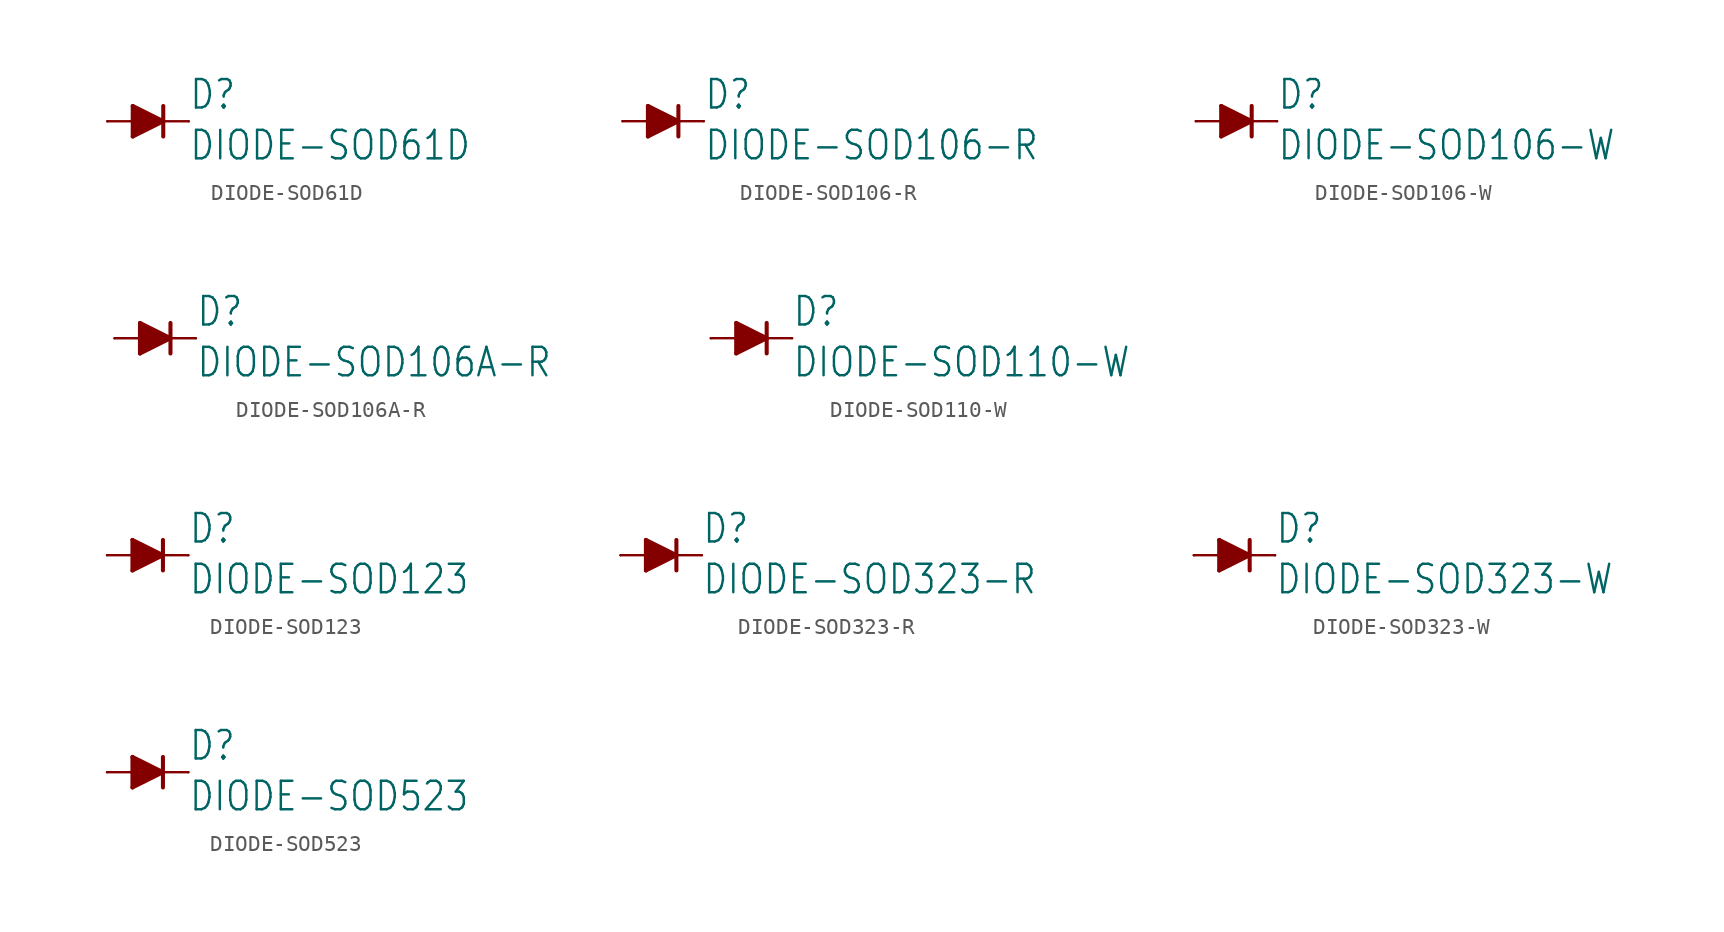
<source format=kicad_sym>
(kicad_symbol_lib
  (version 20211014)
  (generator kicad_symbol_editor)
  (symbol "DIODE-SOD61D"
    (property "Reference" "D"
      (at 2.54 0.635 0)
      (effects (font (size 1.778 1.511)) (justify left bottom)))
    (property "Value" "DIODE-SOD61D"
      (at 2.54 -2.54 0)
      (effects (font (size 1.778 1.511)) (justify left bottom)))
    (property "ki_locked" ""
      (at 0 0 0)
      (effects (font (size 1.27 1.27))))
    (symbol "DIODE-SOD61D_1_0"
      (polyline (pts (xy -0.953 -0.953) (xy 0.953 0)) (stroke (width 0.254) (type default) (color 0 0 0 0)) (fill (type none)))
      (polyline (pts (xy -0.953 0) (xy -2.54 0)) (stroke (width 0.152) (type default) (color 0 0 0 0)) (fill (type none)))
      (polyline (pts (xy -0.953 0) (xy -0.953 -0.953)) (stroke (width 0.254) (type default) (color 0 0 0 0)) (fill (type none)))
      (polyline (pts (xy -0.953 0.953) (xy -0.953 0)) (stroke (width 0.254) (type default) (color 0 0 0 0)) (fill (type none)))
      (polyline (pts (xy 0.953 0) (xy -0.953 0.953)) (stroke (width 0.254) (type default) (color 0 0 0 0)) (fill (type none)))
      (polyline (pts (xy 0.953 0) (xy 0.953 -0.953)) (stroke (width 0.254) (type default) (color 0 0 0 0)) (fill (type none)))
      (polyline (pts (xy 0.953 0) (xy 2.54 0)) (stroke (width 0.152) (type default) (color 0 0 0 0)) (fill (type none)))
      (polyline (pts (xy 0.953 0.953) (xy 0.953 0)) (stroke (width 0.254) (type default) (color 0 0 0 0)) (fill (type none)))
      (polyline (pts (xy -0.953 0.953) (xy 0.953 0) (xy -0.953 -0.953)) (stroke (width 0) (type default) (color 0 0 0 0)) (fill (type outline)))
      (pin passive line (at -2.54 0 0) (length 0) (name "A" (effects (font (size 0 0)))) (number "A" (effects (font (size 0 0)))))
      (pin passive line (at 2.54 0 180) (length 0) (name "C" (effects (font (size 0 0)))) (number "C" (effects (font (size 0 0)))))))
  (symbol "DIODE-SOD106-R"
    (property "Reference" "D"
      (at 2.54 0.635 0)
      (effects (font (size 1.778 1.511)) (justify left bottom)))
    (property "Value" "DIODE-SOD106-R"
      (at 2.54 -2.54 0)
      (effects (font (size 1.778 1.511)) (justify left bottom)))
    (property "ki_locked" ""
      (at 0 0 0)
      (effects (font (size 1.27 1.27))))
    (symbol "DIODE-SOD106-R_1_0"
      (polyline (pts (xy -0.953 -0.953) (xy 0.953 0)) (stroke (width 0.254) (type default) (color 0 0 0 0)) (fill (type none)))
      (polyline (pts (xy -0.953 0) (xy -2.54 0)) (stroke (width 0.152) (type default) (color 0 0 0 0)) (fill (type none)))
      (polyline (pts (xy -0.953 0) (xy -0.953 -0.953)) (stroke (width 0.254) (type default) (color 0 0 0 0)) (fill (type none)))
      (polyline (pts (xy -0.953 0.953) (xy -0.953 0)) (stroke (width 0.254) (type default) (color 0 0 0 0)) (fill (type none)))
      (polyline (pts (xy 0.953 0) (xy -0.953 0.953)) (stroke (width 0.254) (type default) (color 0 0 0 0)) (fill (type none)))
      (polyline (pts (xy 0.953 0) (xy 0.953 -0.953)) (stroke (width 0.254) (type default) (color 0 0 0 0)) (fill (type none)))
      (polyline (pts (xy 0.953 0) (xy 2.54 0)) (stroke (width 0.152) (type default) (color 0 0 0 0)) (fill (type none)))
      (polyline (pts (xy 0.953 0.953) (xy 0.953 0)) (stroke (width 0.254) (type default) (color 0 0 0 0)) (fill (type none)))
      (polyline (pts (xy -0.953 0.953) (xy 0.953 0) (xy -0.953 -0.953)) (stroke (width 0) (type default) (color 0 0 0 0)) (fill (type outline)))
      (pin passive line (at -2.54 0 0) (length 0) (name "A" (effects (font (size 0 0)))) (number "A" (effects (font (size 0 0)))))
      (pin passive line (at 2.54 0 180) (length 0) (name "C" (effects (font (size 0 0)))) (number "C" (effects (font (size 0 0)))))))
  (symbol "DIODE-SOD106-W"
    (property "Reference" "D"
      (at 2.54 0.635 0)
      (effects (font (size 1.778 1.511)) (justify left bottom)))
    (property "Value" "DIODE-SOD106-W"
      (at 2.54 -2.54 0)
      (effects (font (size 1.778 1.511)) (justify left bottom)))
    (property "ki_locked" ""
      (at 0 0 0)
      (effects (font (size 1.27 1.27))))
    (symbol "DIODE-SOD106-W_1_0"
      (polyline (pts (xy -0.953 -0.953) (xy 0.953 0)) (stroke (width 0.254) (type default) (color 0 0 0 0)) (fill (type none)))
      (polyline (pts (xy -0.953 0) (xy -2.54 0)) (stroke (width 0.152) (type default) (color 0 0 0 0)) (fill (type none)))
      (polyline (pts (xy -0.953 0) (xy -0.953 -0.953)) (stroke (width 0.254) (type default) (color 0 0 0 0)) (fill (type none)))
      (polyline (pts (xy -0.953 0.953) (xy -0.953 0)) (stroke (width 0.254) (type default) (color 0 0 0 0)) (fill (type none)))
      (polyline (pts (xy 0.953 0) (xy -0.953 0.953)) (stroke (width 0.254) (type default) (color 0 0 0 0)) (fill (type none)))
      (polyline (pts (xy 0.953 0) (xy 0.953 -0.953)) (stroke (width 0.254) (type default) (color 0 0 0 0)) (fill (type none)))
      (polyline (pts (xy 0.953 0) (xy 2.54 0)) (stroke (width 0.152) (type default) (color 0 0 0 0)) (fill (type none)))
      (polyline (pts (xy 0.953 0.953) (xy 0.953 0)) (stroke (width 0.254) (type default) (color 0 0 0 0)) (fill (type none)))
      (polyline (pts (xy -0.953 0.953) (xy 0.953 0) (xy -0.953 -0.953)) (stroke (width 0) (type default) (color 0 0 0 0)) (fill (type outline)))
      (pin passive line (at -2.54 0 0) (length 0) (name "A" (effects (font (size 0 0)))) (number "A" (effects (font (size 0 0)))))
      (pin passive line (at 2.54 0 180) (length 0) (name "C" (effects (font (size 0 0)))) (number "C" (effects (font (size 0 0)))))))
  (symbol "DIODE-SOD106A-R"
    (property "Reference" "D"
      (at 2.54 0.635 0)
      (effects (font (size 1.778 1.511)) (justify left bottom)))
    (property "Value" "DIODE-SOD106A-R"
      (at 2.54 -2.54 0)
      (effects (font (size 1.778 1.511)) (justify left bottom)))
    (property "ki_locked" ""
      (at 0 0 0)
      (effects (font (size 1.27 1.27))))
    (symbol "DIODE-SOD106A-R_1_0"
      (polyline (pts (xy -0.953 -0.953) (xy 0.953 0)) (stroke (width 0.254) (type default) (color 0 0 0 0)) (fill (type none)))
      (polyline (pts (xy -0.953 0) (xy -2.54 0)) (stroke (width 0.152) (type default) (color 0 0 0 0)) (fill (type none)))
      (polyline (pts (xy -0.953 0) (xy -0.953 -0.953)) (stroke (width 0.254) (type default) (color 0 0 0 0)) (fill (type none)))
      (polyline (pts (xy -0.953 0.953) (xy -0.953 0)) (stroke (width 0.254) (type default) (color 0 0 0 0)) (fill (type none)))
      (polyline (pts (xy 0.953 0) (xy -0.953 0.953)) (stroke (width 0.254) (type default) (color 0 0 0 0)) (fill (type none)))
      (polyline (pts (xy 0.953 0) (xy 0.953 -0.953)) (stroke (width 0.254) (type default) (color 0 0 0 0)) (fill (type none)))
      (polyline (pts (xy 0.953 0) (xy 2.54 0)) (stroke (width 0.152) (type default) (color 0 0 0 0)) (fill (type none)))
      (polyline (pts (xy 0.953 0.953) (xy 0.953 0)) (stroke (width 0.254) (type default) (color 0 0 0 0)) (fill (type none)))
      (polyline (pts (xy -0.953 0.953) (xy 0.953 0) (xy -0.953 -0.953)) (stroke (width 0) (type default) (color 0 0 0 0)) (fill (type outline)))
      (pin passive line (at -2.54 0 0) (length 0) (name "A" (effects (font (size 0 0)))) (number "A" (effects (font (size 0 0)))))
      (pin passive line (at 2.54 0 180) (length 0) (name "C" (effects (font (size 0 0)))) (number "C" (effects (font (size 0 0)))))))
  (symbol "DIODE-SOD110-W"
    (property "Reference" "D"
      (at 2.54 0.635 0)
      (effects (font (size 1.778 1.511)) (justify left bottom)))
    (property "Value" "DIODE-SOD110-W"
      (at 2.54 -2.54 0)
      (effects (font (size 1.778 1.511)) (justify left bottom)))
    (property "ki_locked" ""
      (at 0 0 0)
      (effects (font (size 1.27 1.27))))
    (symbol "DIODE-SOD110-W_1_0"
      (polyline (pts (xy -0.953 -0.953) (xy 0.953 0)) (stroke (width 0.254) (type default) (color 0 0 0 0)) (fill (type none)))
      (polyline (pts (xy -0.953 0) (xy -2.54 0)) (stroke (width 0.152) (type default) (color 0 0 0 0)) (fill (type none)))
      (polyline (pts (xy -0.953 0) (xy -0.953 -0.953)) (stroke (width 0.254) (type default) (color 0 0 0 0)) (fill (type none)))
      (polyline (pts (xy -0.953 0.953) (xy -0.953 0)) (stroke (width 0.254) (type default) (color 0 0 0 0)) (fill (type none)))
      (polyline (pts (xy 0.953 0) (xy -0.953 0.953)) (stroke (width 0.254) (type default) (color 0 0 0 0)) (fill (type none)))
      (polyline (pts (xy 0.953 0) (xy 0.953 -0.953)) (stroke (width 0.254) (type default) (color 0 0 0 0)) (fill (type none)))
      (polyline (pts (xy 0.953 0) (xy 2.54 0)) (stroke (width 0.152) (type default) (color 0 0 0 0)) (fill (type none)))
      (polyline (pts (xy 0.953 0.953) (xy 0.953 0)) (stroke (width 0.254) (type default) (color 0 0 0 0)) (fill (type none)))
      (polyline (pts (xy -0.953 0.953) (xy 0.953 0) (xy -0.953 -0.953)) (stroke (width 0) (type default) (color 0 0 0 0)) (fill (type outline)))
      (pin passive line (at -2.54 0 0) (length 0) (name "A" (effects (font (size 0 0)))) (number "A" (effects (font (size 0 0)))))
      (pin passive line (at 2.54 0 180) (length 0) (name "C" (effects (font (size 0 0)))) (number "C" (effects (font (size 0 0)))))))
  (symbol "DIODE-SOD123"
    (property "Reference" "D"
      (at 2.54 0.635 0)
      (effects (font (size 1.778 1.511)) (justify left bottom)))
    (property "Value" "DIODE-SOD123"
      (at 2.54 -2.54 0)
      (effects (font (size 1.778 1.511)) (justify left bottom)))
    (property "ki_locked" ""
      (at 0 0 0)
      (effects (font (size 1.27 1.27))))
    (symbol "DIODE-SOD123_1_0"
      (polyline (pts (xy -0.953 -0.953) (xy 0.953 0)) (stroke (width 0.254) (type default) (color 0 0 0 0)) (fill (type none)))
      (polyline (pts (xy -0.953 0) (xy -2.54 0)) (stroke (width 0.152) (type default) (color 0 0 0 0)) (fill (type none)))
      (polyline (pts (xy -0.953 0) (xy -0.953 -0.953)) (stroke (width 0.254) (type default) (color 0 0 0 0)) (fill (type none)))
      (polyline (pts (xy -0.953 0.953) (xy -0.953 0)) (stroke (width 0.254) (type default) (color 0 0 0 0)) (fill (type none)))
      (polyline (pts (xy 0.953 0) (xy -0.953 0.953)) (stroke (width 0.254) (type default) (color 0 0 0 0)) (fill (type none)))
      (polyline (pts (xy 0.953 0) (xy 0.953 -0.953)) (stroke (width 0.254) (type default) (color 0 0 0 0)) (fill (type none)))
      (polyline (pts (xy 0.953 0) (xy 2.54 0)) (stroke (width 0.152) (type default) (color 0 0 0 0)) (fill (type none)))
      (polyline (pts (xy 0.953 0.953) (xy 0.953 0)) (stroke (width 0.254) (type default) (color 0 0 0 0)) (fill (type none)))
      (polyline (pts (xy -0.953 0.953) (xy 0.953 0) (xy -0.953 -0.953)) (stroke (width 0) (type default) (color 0 0 0 0)) (fill (type outline)))
      (pin passive line (at -2.54 0 0) (length 0) (name "A" (effects (font (size 0 0)))) (number "A" (effects (font (size 0 0)))))
      (pin passive line (at 2.54 0 180) (length 0) (name "C" (effects (font (size 0 0)))) (number "C" (effects (font (size 0 0)))))))
  (symbol "DIODE-SOD323-R"
    (property "Reference" "D"
      (at 2.54 0.635 0)
      (effects (font (size 1.778 1.511)) (justify left bottom)))
    (property "Value" "DIODE-SOD323-R"
      (at 2.54 -2.54 0)
      (effects (font (size 1.778 1.511)) (justify left bottom)))
    (property "ki_locked" ""
      (at 0 0 0)
      (effects (font (size 1.27 1.27))))
    (symbol "DIODE-SOD323-R_1_0"
      (polyline (pts (xy -0.953 -0.953) (xy 0.953 0)) (stroke (width 0.254) (type default) (color 0 0 0 0)) (fill (type none)))
      (polyline (pts (xy -0.953 0) (xy -2.54 0)) (stroke (width 0.152) (type default) (color 0 0 0 0)) (fill (type none)))
      (polyline (pts (xy -0.953 0) (xy -0.953 -0.953)) (stroke (width 0.254) (type default) (color 0 0 0 0)) (fill (type none)))
      (polyline (pts (xy -0.953 0.953) (xy -0.953 0)) (stroke (width 0.254) (type default) (color 0 0 0 0)) (fill (type none)))
      (polyline (pts (xy 0.953 0) (xy -0.953 0.953)) (stroke (width 0.254) (type default) (color 0 0 0 0)) (fill (type none)))
      (polyline (pts (xy 0.953 0) (xy 0.953 -0.953)) (stroke (width 0.254) (type default) (color 0 0 0 0)) (fill (type none)))
      (polyline (pts (xy 0.953 0) (xy 2.54 0)) (stroke (width 0.152) (type default) (color 0 0 0 0)) (fill (type none)))
      (polyline (pts (xy 0.953 0.953) (xy 0.953 0)) (stroke (width 0.254) (type default) (color 0 0 0 0)) (fill (type none)))
      (polyline (pts (xy -0.953 0.953) (xy 0.953 0) (xy -0.953 -0.953)) (stroke (width 0) (type default) (color 0 0 0 0)) (fill (type outline)))
      (pin passive line (at -2.54 0 0) (length 0) (name "A" (effects (font (size 0 0)))) (number "A" (effects (font (size 0 0)))))
      (pin passive line (at 2.54 0 180) (length 0) (name "C" (effects (font (size 0 0)))) (number "C" (effects (font (size 0 0)))))))
  (symbol "DIODE-SOD323-W"
    (property "Reference" "D"
      (at 2.54 0.635 0)
      (effects (font (size 1.778 1.511)) (justify left bottom)))
    (property "Value" "DIODE-SOD323-W"
      (at 2.54 -2.54 0)
      (effects (font (size 1.778 1.511)) (justify left bottom)))
    (property "ki_locked" ""
      (at 0 0 0)
      (effects (font (size 1.27 1.27))))
    (symbol "DIODE-SOD323-W_1_0"
      (polyline (pts (xy -0.953 -0.953) (xy 0.953 0)) (stroke (width 0.254) (type default) (color 0 0 0 0)) (fill (type none)))
      (polyline (pts (xy -0.953 0) (xy -2.54 0)) (stroke (width 0.152) (type default) (color 0 0 0 0)) (fill (type none)))
      (polyline (pts (xy -0.953 0) (xy -0.953 -0.953)) (stroke (width 0.254) (type default) (color 0 0 0 0)) (fill (type none)))
      (polyline (pts (xy -0.953 0.953) (xy -0.953 0)) (stroke (width 0.254) (type default) (color 0 0 0 0)) (fill (type none)))
      (polyline (pts (xy 0.953 0) (xy -0.953 0.953)) (stroke (width 0.254) (type default) (color 0 0 0 0)) (fill (type none)))
      (polyline (pts (xy 0.953 0) (xy 0.953 -0.953)) (stroke (width 0.254) (type default) (color 0 0 0 0)) (fill (type none)))
      (polyline (pts (xy 0.953 0) (xy 2.54 0)) (stroke (width 0.152) (type default) (color 0 0 0 0)) (fill (type none)))
      (polyline (pts (xy 0.953 0.953) (xy 0.953 0)) (stroke (width 0.254) (type default) (color 0 0 0 0)) (fill (type none)))
      (polyline (pts (xy -0.953 0.953) (xy 0.953 0) (xy -0.953 -0.953)) (stroke (width 0) (type default) (color 0 0 0 0)) (fill (type outline)))
      (pin passive line (at -2.54 0 0) (length 0) (name "A" (effects (font (size 0 0)))) (number "A" (effects (font (size 0 0)))))
      (pin passive line (at 2.54 0 180) (length 0) (name "C" (effects (font (size 0 0)))) (number "C" (effects (font (size 0 0)))))))
  (symbol "DIODE-SOD523"
    (property "Reference" "D"
      (at 2.54 0.635 0)
      (effects (font (size 1.778 1.511)) (justify left bottom)))
    (property "Value" "DIODE-SOD523"
      (at 2.54 -2.54 0)
      (effects (font (size 1.778 1.511)) (justify left bottom)))
    (property "ki_locked" ""
      (at 0 0 0)
      (effects (font (size 1.27 1.27))))
    (symbol "DIODE-SOD523_1_0"
      (polyline (pts (xy -0.953 -0.953) (xy 0.953 0)) (stroke (width 0.254) (type default) (color 0 0 0 0)) (fill (type none)))
      (polyline (pts (xy -0.953 0) (xy -2.54 0)) (stroke (width 0.152) (type default) (color 0 0 0 0)) (fill (type none)))
      (polyline (pts (xy -0.953 0) (xy -0.953 -0.953)) (stroke (width 0.254) (type default) (color 0 0 0 0)) (fill (type none)))
      (polyline (pts (xy -0.953 0.953) (xy -0.953 0)) (stroke (width 0.254) (type default) (color 0 0 0 0)) (fill (type none)))
      (polyline (pts (xy 0.953 0) (xy -0.953 0.953)) (stroke (width 0.254) (type default) (color 0 0 0 0)) (fill (type none)))
      (polyline (pts (xy 0.953 0) (xy 0.953 -0.953)) (stroke (width 0.254) (type default) (color 0 0 0 0)) (fill (type none)))
      (polyline (pts (xy 0.953 0) (xy 2.54 0)) (stroke (width 0.152) (type default) (color 0 0 0 0)) (fill (type none)))
      (polyline (pts (xy 0.953 0.953) (xy 0.953 0)) (stroke (width 0.254) (type default) (color 0 0 0 0)) (fill (type none)))
      (polyline (pts (xy -0.953 0.953) (xy 0.953 0) (xy -0.953 -0.953)) (stroke (width 0) (type default) (color 0 0 0 0)) (fill (type outline)))
      (pin passive line (at -2.54 0 0) (length 0) (name "A" (effects (font (size 0 0)))) (number "A" (effects (font (size 0 0)))))
      (pin passive line (at 2.54 0 180) (length 0) (name "C" (effects (font (size 0 0)))) (number "C" (effects (font (size 0 0))))))))
</source>
